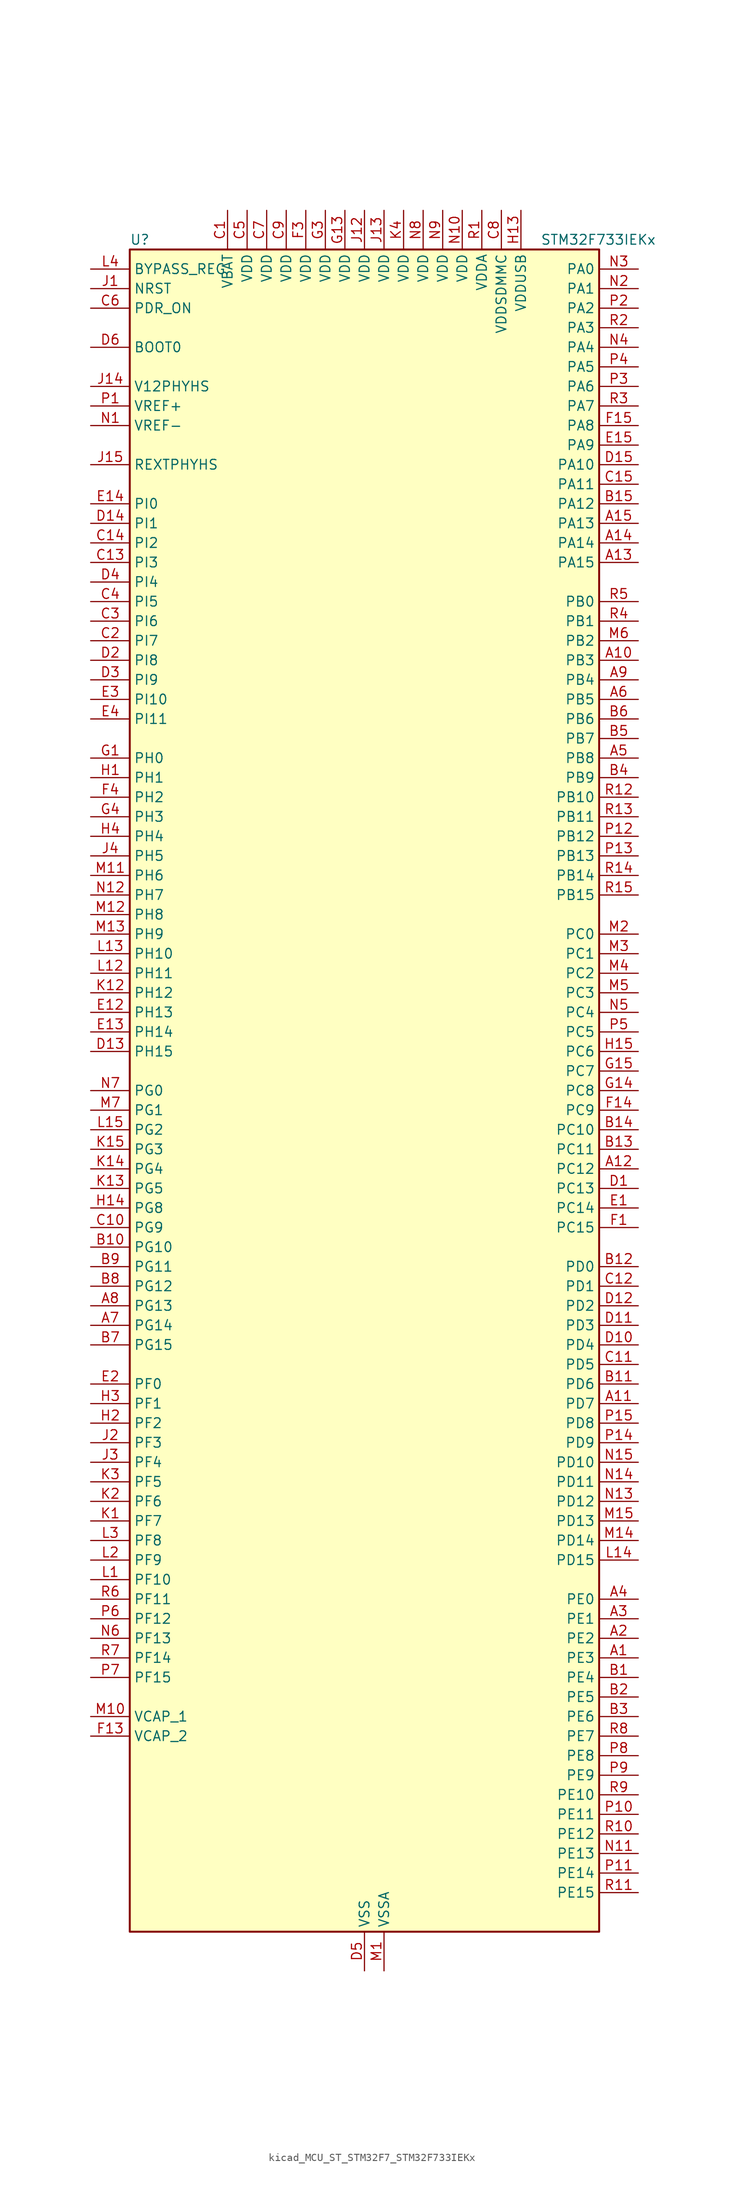
<source format=kicad_sym>
(kicad_symbol_lib
  (version 20220914)
  (generator kicad_symbol_editor)
  (symbol "kicad_MCU_ST_STM32F7_STM32F733IEKx"
    (property "Reference" "U"
      (at -30.48 110.49 0)
      (effects (font (size 1.27 1.27)) (justify left)))
    (property "Value" "STM32F733IEKx"
      (at 22.86 110.49 0)
      (effects (font (size 1.27 1.27)) (justify left)))
    (property "ki_locked" ""
      (at 0 0 0)
      (effects (font (size 1.27 1.27))))
    (symbol "kicad_MCU_ST_STM32F7_STM32F733IEKx_0_1"
      (rectangle (start -30.48 -109.22) (end 30.48 109.22) (stroke (width 0.254) (type default)) (fill (type background))))
    (symbol "kicad_MCU_ST_STM32F7_STM32F733IEKx_1_1"
      (pin bidirectional line (at 35.56 -73.66 180) (length 5.08) (name "PE3" (effects (font (size 1.27 1.27)))) (number "A1" (effects (font (size 1.27 1.27)))) (alternate "FMC_A19" bidirectional line) (alternate "SAI1_SD_B" bidirectional line) (alternate "SYS_TRACED0" bidirectional line))
      (pin bidirectional line (at 35.56 55.88 180) (length 5.08) (name "PB3" (effects (font (size 1.27 1.27)))) (number "A10" (effects (font (size 1.27 1.27)))) (alternate "I2S1_CK" bidirectional line) (alternate "I2S3_CK" bidirectional line) (alternate "SDMMC2_D2" bidirectional line) (alternate "SPI1_SCK" bidirectional line) (alternate "SPI3_SCK" bidirectional line) (alternate "SYS_JTDO-SWO" bidirectional line) (alternate "TIM2_CH2" bidirectional line))
      (pin bidirectional line (at 35.56 -40.64 180) (length 5.08) (name "PD7" (effects (font (size 1.27 1.27)))) (number "A11" (effects (font (size 1.27 1.27)))) (alternate "FMC_NE1" bidirectional line) (alternate "SDMMC2_CMD" bidirectional line) (alternate "USART2_CK" bidirectional line))
      (pin bidirectional line (at 35.56 -10.16 180) (length 5.08) (name "PC12" (effects (font (size 1.27 1.27)))) (number "A12" (effects (font (size 1.27 1.27)))) (alternate "I2S3_SD" bidirectional line) (alternate "SDMMC1_CK" bidirectional line) (alternate "SPI3_MOSI" bidirectional line) (alternate "SYS_TRACED3" bidirectional line) (alternate "UART5_TX" bidirectional line) (alternate "USART3_CK" bidirectional line))
      (pin bidirectional line (at 35.56 68.58 180) (length 5.08) (name "PA15" (effects (font (size 1.27 1.27)))) (number "A13" (effects (font (size 1.27 1.27)))) (alternate "I2S1_WS" bidirectional line) (alternate "I2S3_WS" bidirectional line) (alternate "SPI1_NSS" bidirectional line) (alternate "SPI3_NSS" bidirectional line) (alternate "SYS_JTDI" bidirectional line) (alternate "TIM2_CH1" bidirectional line) (alternate "TIM2_ETR" bidirectional line) (alternate "UART4_DE" bidirectional line) (alternate "UART4_RTS" bidirectional line))
      (pin bidirectional line (at 35.56 71.12 180) (length 5.08) (name "PA14" (effects (font (size 1.27 1.27)))) (number "A14" (effects (font (size 1.27 1.27)))) (alternate "SYS_JTCK-SWCLK" bidirectional line))
      (pin bidirectional line (at 35.56 73.66 180) (length 5.08) (name "PA13" (effects (font (size 1.27 1.27)))) (number "A15" (effects (font (size 1.27 1.27)))) (alternate "SYS_JTMS-SWDIO" bidirectional line))
      (pin bidirectional line (at 35.56 -71.12 180) (length 5.08) (name "PE2" (effects (font (size 1.27 1.27)))) (number "A2" (effects (font (size 1.27 1.27)))) (alternate "FMC_A23" bidirectional line) (alternate "QUADSPI_BK1_IO2" bidirectional line) (alternate "SAI1_MCLK_A" bidirectional line) (alternate "SPI4_SCK" bidirectional line) (alternate "SYS_TRACECLK" bidirectional line))
      (pin bidirectional line (at 35.56 -68.58 180) (length 5.08) (name "PE1" (effects (font (size 1.27 1.27)))) (number "A3" (effects (font (size 1.27 1.27)))) (alternate "FMC_NBL1" bidirectional line) (alternate "LPTIM1_IN2" bidirectional line) (alternate "UART8_TX" bidirectional line))
      (pin bidirectional line (at 35.56 -66.04 180) (length 5.08) (name "PE0" (effects (font (size 1.27 1.27)))) (number "A4" (effects (font (size 1.27 1.27)))) (alternate "FMC_NBL0" bidirectional line) (alternate "LPTIM1_ETR" bidirectional line) (alternate "SAI2_MCLK_A" bidirectional line) (alternate "TIM4_ETR" bidirectional line) (alternate "UART8_RX" bidirectional line))
      (pin bidirectional line (at 35.56 43.18 180) (length 5.08) (name "PB8" (effects (font (size 1.27 1.27)))) (number "A5" (effects (font (size 1.27 1.27)))) (alternate "CAN1_RX" bidirectional line) (alternate "I2C1_SCL" bidirectional line) (alternate "SDMMC1_D4" bidirectional line) (alternate "SDMMC2_D4" bidirectional line) (alternate "TIM10_CH1" bidirectional line) (alternate "TIM4_CH3" bidirectional line))
      (pin bidirectional line (at 35.56 50.8 180) (length 5.08) (name "PB5" (effects (font (size 1.27 1.27)))) (number "A6" (effects (font (size 1.27 1.27)))) (alternate "FMC_SDCKE1" bidirectional line) (alternate "I2C1_SMBA" bidirectional line) (alternate "I2S1_SD" bidirectional line) (alternate "I2S3_SD" bidirectional line) (alternate "SPI1_MOSI" bidirectional line) (alternate "SPI3_MOSI" bidirectional line) (alternate "TIM3_CH2" bidirectional line))
      (pin bidirectional line (at -35.56 -30.48 0) (length 5.08) (name "PG14" (effects (font (size 1.27 1.27)))) (number "A7" (effects (font (size 1.27 1.27)))) (alternate "FMC_A25" bidirectional line) (alternate "LPTIM1_ETR" bidirectional line) (alternate "QUADSPI_BK2_IO3" bidirectional line) (alternate "SYS_TRACED1" bidirectional line) (alternate "USART6_TX" bidirectional line))
      (pin bidirectional line (at -35.56 -27.94 0) (length 5.08) (name "PG13" (effects (font (size 1.27 1.27)))) (number "A8" (effects (font (size 1.27 1.27)))) (alternate "FMC_A24" bidirectional line) (alternate "LPTIM1_OUT" bidirectional line) (alternate "SYS_TRACED0" bidirectional line) (alternate "USART6_CTS" bidirectional line))
      (pin bidirectional line (at 35.56 53.34 180) (length 5.08) (name "PB4" (effects (font (size 1.27 1.27)))) (number "A9" (effects (font (size 1.27 1.27)))) (alternate "I2S2_WS" bidirectional line) (alternate "SDMMC2_D3" bidirectional line) (alternate "SPI1_MISO" bidirectional line) (alternate "SPI2_NSS" bidirectional line) (alternate "SPI3_MISO" bidirectional line) (alternate "SYS_JTRST" bidirectional line) (alternate "TIM3_CH1" bidirectional line))
      (pin bidirectional line (at 35.56 -76.2 180) (length 5.08) (name "PE4" (effects (font (size 1.27 1.27)))) (number "B1" (effects (font (size 1.27 1.27)))) (alternate "FMC_A20" bidirectional line) (alternate "SAI1_FS_A" bidirectional line) (alternate "SPI4_NSS" bidirectional line) (alternate "SYS_TRACED1" bidirectional line))
      (pin bidirectional line (at -35.56 -20.32 0) (length 5.08) (name "PG10" (effects (font (size 1.27 1.27)))) (number "B10" (effects (font (size 1.27 1.27)))) (alternate "FMC_NE3" bidirectional line) (alternate "SAI2_SD_B" bidirectional line) (alternate "SDMMC2_D1" bidirectional line))
      (pin bidirectional line (at 35.56 -38.1 180) (length 5.08) (name "PD6" (effects (font (size 1.27 1.27)))) (number "B11" (effects (font (size 1.27 1.27)))) (alternate "FMC_NWAIT" bidirectional line) (alternate "I2S3_SD" bidirectional line) (alternate "SAI1_SD_A" bidirectional line) (alternate "SDMMC2_CK" bidirectional line) (alternate "SPI3_MOSI" bidirectional line) (alternate "USART2_RX" bidirectional line))
      (pin bidirectional line (at 35.56 -22.86 180) (length 5.08) (name "PD0" (effects (font (size 1.27 1.27)))) (number "B12" (effects (font (size 1.27 1.27)))) (alternate "CAN1_RX" bidirectional line) (alternate "FMC_D2" bidirectional line) (alternate "FMC_DA2" bidirectional line))
      (pin bidirectional line (at 35.56 -7.62 180) (length 5.08) (name "PC11" (effects (font (size 1.27 1.27)))) (number "B13" (effects (font (size 1.27 1.27)))) (alternate "ADC1_EXTI11" bidirectional line) (alternate "ADC2_EXTI11" bidirectional line) (alternate "ADC3_EXTI11" bidirectional line) (alternate "QUADSPI_BK2_NCS" bidirectional line) (alternate "SDMMC1_D3" bidirectional line) (alternate "SPI3_MISO" bidirectional line) (alternate "UART4_RX" bidirectional line) (alternate "USART3_RX" bidirectional line))
      (pin bidirectional line (at 35.56 -5.08 180) (length 5.08) (name "PC10" (effects (font (size 1.27 1.27)))) (number "B14" (effects (font (size 1.27 1.27)))) (alternate "I2S3_CK" bidirectional line) (alternate "QUADSPI_BK1_IO1" bidirectional line) (alternate "SDMMC1_D2" bidirectional line) (alternate "SPI3_SCK" bidirectional line) (alternate "UART4_TX" bidirectional line) (alternate "USART3_TX" bidirectional line))
      (pin bidirectional line (at 35.56 76.2 180) (length 5.08) (name "PA12" (effects (font (size 1.27 1.27)))) (number "B15" (effects (font (size 1.27 1.27)))) (alternate "CAN1_TX" bidirectional line) (alternate "SAI2_FS_B" bidirectional line) (alternate "TIM1_ETR" bidirectional line) (alternate "USART1_DE" bidirectional line) (alternate "USART1_RTS" bidirectional line) (alternate "USB_OTG_FS_DP" bidirectional line))
      (pin bidirectional line (at 35.56 -78.74 180) (length 5.08) (name "PE5" (effects (font (size 1.27 1.27)))) (number "B2" (effects (font (size 1.27 1.27)))) (alternate "FMC_A21" bidirectional line) (alternate "SAI1_SCK_A" bidirectional line) (alternate "SPI4_MISO" bidirectional line) (alternate "SYS_TRACED2" bidirectional line) (alternate "TIM9_CH1" bidirectional line))
      (pin bidirectional line (at 35.56 -81.28 180) (length 5.08) (name "PE6" (effects (font (size 1.27 1.27)))) (number "B3" (effects (font (size 1.27 1.27)))) (alternate "FMC_A22" bidirectional line) (alternate "SAI1_SD_A" bidirectional line) (alternate "SAI2_MCLK_B" bidirectional line) (alternate "SPI4_MOSI" bidirectional line) (alternate "SYS_TRACED3" bidirectional line) (alternate "TIM1_BKIN2" bidirectional line) (alternate "TIM9_CH2" bidirectional line))
      (pin bidirectional line (at 35.56 40.64 180) (length 5.08) (name "PB9" (effects (font (size 1.27 1.27)))) (number "B4" (effects (font (size 1.27 1.27)))) (alternate "CAN1_TX" bidirectional line) (alternate "DAC_EXTI9" bidirectional line) (alternate "I2C1_SDA" bidirectional line) (alternate "I2S2_WS" bidirectional line) (alternate "SDMMC1_D5" bidirectional line) (alternate "SDMMC2_D5" bidirectional line) (alternate "SPI2_NSS" bidirectional line) (alternate "TIM11_CH1" bidirectional line) (alternate "TIM4_CH4" bidirectional line))
      (pin bidirectional line (at 35.56 45.72 180) (length 5.08) (name "PB7" (effects (font (size 1.27 1.27)))) (number "B5" (effects (font (size 1.27 1.27)))) (alternate "FMC_NL" bidirectional line) (alternate "I2C1_SDA" bidirectional line) (alternate "TIM4_CH2" bidirectional line) (alternate "USART1_RX" bidirectional line))
      (pin bidirectional line (at 35.56 48.26 180) (length 5.08) (name "PB6" (effects (font (size 1.27 1.27)))) (number "B6" (effects (font (size 1.27 1.27)))) (alternate "FMC_SDNE1" bidirectional line) (alternate "I2C1_SCL" bidirectional line) (alternate "QUADSPI_BK1_NCS" bidirectional line) (alternate "TIM4_CH1" bidirectional line) (alternate "USART1_TX" bidirectional line))
      (pin bidirectional line (at -35.56 -33.02 0) (length 5.08) (name "PG15" (effects (font (size 1.27 1.27)))) (number "B7" (effects (font (size 1.27 1.27)))) (alternate "FMC_SDNCAS" bidirectional line) (alternate "USART6_CTS" bidirectional line))
      (pin bidirectional line (at -35.56 -25.4 0) (length 5.08) (name "PG12" (effects (font (size 1.27 1.27)))) (number "B8" (effects (font (size 1.27 1.27)))) (alternate "FMC_NE4" bidirectional line) (alternate "LPTIM1_IN1" bidirectional line) (alternate "SDMMC2_D3" bidirectional line) (alternate "USART6_DE" bidirectional line) (alternate "USART6_RTS" bidirectional line))
      (pin bidirectional line (at -35.56 -22.86 0) (length 5.08) (name "PG11" (effects (font (size 1.27 1.27)))) (number "B9" (effects (font (size 1.27 1.27)))) (alternate "ADC1_EXTI11" bidirectional line) (alternate "ADC2_EXTI11" bidirectional line) (alternate "ADC3_EXTI11" bidirectional line) (alternate "FMC_INT" bidirectional line) (alternate "SDMMC2_D2" bidirectional line))
      (pin power_in line (at -17.78 114.3 270) (length 5.08) (name "VBAT" (effects (font (size 1.27 1.27)))) (number "C1" (effects (font (size 1.27 1.27)))))
      (pin bidirectional line (at -35.56 -17.78 0) (length 5.08) (name "PG9" (effects (font (size 1.27 1.27)))) (number "C10" (effects (font (size 1.27 1.27)))) (alternate "DAC_EXTI9" bidirectional line) (alternate "FMC_NCE" bidirectional line) (alternate "FMC_NE2" bidirectional line) (alternate "QUADSPI_BK2_IO2" bidirectional line) (alternate "SAI2_FS_B" bidirectional line) (alternate "SDMMC2_D0" bidirectional line) (alternate "USART6_RX" bidirectional line))
      (pin bidirectional line (at 35.56 -35.56 180) (length 5.08) (name "PD5" (effects (font (size 1.27 1.27)))) (number "C11" (effects (font (size 1.27 1.27)))) (alternate "FMC_NWE" bidirectional line) (alternate "USART2_TX" bidirectional line))
      (pin bidirectional line (at 35.56 -25.4 180) (length 5.08) (name "PD1" (effects (font (size 1.27 1.27)))) (number "C12" (effects (font (size 1.27 1.27)))) (alternate "CAN1_TX" bidirectional line) (alternate "FMC_D3" bidirectional line) (alternate "FMC_DA3" bidirectional line))
      (pin bidirectional line (at -35.56 68.58 0) (length 5.08) (name "PI3" (effects (font (size 1.27 1.27)))) (number "C13" (effects (font (size 1.27 1.27)))) (alternate "FMC_D27" bidirectional line) (alternate "I2S2_SD" bidirectional line) (alternate "SPI2_MOSI" bidirectional line) (alternate "TIM8_ETR" bidirectional line))
      (pin bidirectional line (at -35.56 71.12 0) (length 5.08) (name "PI2" (effects (font (size 1.27 1.27)))) (number "C14" (effects (font (size 1.27 1.27)))) (alternate "FMC_D26" bidirectional line) (alternate "SPI2_MISO" bidirectional line) (alternate "TIM8_CH4" bidirectional line))
      (pin bidirectional line (at 35.56 78.74 180) (length 5.08) (name "PA11" (effects (font (size 1.27 1.27)))) (number "C15" (effects (font (size 1.27 1.27)))) (alternate "ADC1_EXTI11" bidirectional line) (alternate "ADC2_EXTI11" bidirectional line) (alternate "ADC3_EXTI11" bidirectional line) (alternate "CAN1_RX" bidirectional line) (alternate "TIM1_CH4" bidirectional line) (alternate "USART1_CTS" bidirectional line) (alternate "USB_OTG_FS_DM" bidirectional line))
      (pin bidirectional line (at -35.56 58.42 0) (length 5.08) (name "PI7" (effects (font (size 1.27 1.27)))) (number "C2" (effects (font (size 1.27 1.27)))) (alternate "FMC_D29" bidirectional line) (alternate "SAI2_FS_A" bidirectional line) (alternate "TIM8_CH3" bidirectional line))
      (pin bidirectional line (at -35.56 60.96 0) (length 5.08) (name "PI6" (effects (font (size 1.27 1.27)))) (number "C3" (effects (font (size 1.27 1.27)))) (alternate "FMC_D28" bidirectional line) (alternate "SAI2_SD_A" bidirectional line) (alternate "TIM8_CH2" bidirectional line))
      (pin bidirectional line (at -35.56 63.5 0) (length 5.08) (name "PI5" (effects (font (size 1.27 1.27)))) (number "C4" (effects (font (size 1.27 1.27)))) (alternate "FMC_NBL3" bidirectional line) (alternate "SAI2_SCK_A" bidirectional line) (alternate "TIM8_CH1" bidirectional line))
      (pin power_in line (at -15.24 114.3 270) (length 5.08) (name "VDD" (effects (font (size 1.27 1.27)))) (number "C5" (effects (font (size 1.27 1.27)))))
      (pin input line (at -35.56 101.6 0) (length 5.08) (name "PDR_ON" (effects (font (size 1.27 1.27)))) (number "C6" (effects (font (size 1.27 1.27)))))
      (pin power_in line (at -12.7 114.3 270) (length 5.08) (name "VDD" (effects (font (size 1.27 1.27)))) (number "C7" (effects (font (size 1.27 1.27)))))
      (pin power_in line (at 17.78 114.3 270) (length 5.08) (name "VDDSDMMC" (effects (font (size 1.27 1.27)))) (number "C8" (effects (font (size 1.27 1.27)))))
      (pin power_in line (at -10.16 114.3 270) (length 5.08) (name "VDD" (effects (font (size 1.27 1.27)))) (number "C9" (effects (font (size 1.27 1.27)))))
      (pin bidirectional line (at 35.56 -12.7 180) (length 5.08) (name "PC13" (effects (font (size 1.27 1.27)))) (number "D1" (effects (font (size 1.27 1.27)))) (alternate "RTC_OUT" bidirectional line) (alternate "RTC_TAMP1" bidirectional line) (alternate "RTC_TS" bidirectional line) (alternate "SYS_WKUP4" bidirectional line))
      (pin bidirectional line (at 35.56 -33.02 180) (length 5.08) (name "PD4" (effects (font (size 1.27 1.27)))) (number "D10" (effects (font (size 1.27 1.27)))) (alternate "FMC_NOE" bidirectional line) (alternate "USART2_DE" bidirectional line) (alternate "USART2_RTS" bidirectional line))
      (pin bidirectional line (at 35.56 -30.48 180) (length 5.08) (name "PD3" (effects (font (size 1.27 1.27)))) (number "D11" (effects (font (size 1.27 1.27)))) (alternate "FMC_CLK" bidirectional line) (alternate "I2S2_CK" bidirectional line) (alternate "SPI2_SCK" bidirectional line) (alternate "USART2_CTS" bidirectional line))
      (pin bidirectional line (at 35.56 -27.94 180) (length 5.08) (name "PD2" (effects (font (size 1.27 1.27)))) (number "D12" (effects (font (size 1.27 1.27)))) (alternate "SDMMC1_CMD" bidirectional line) (alternate "SYS_TRACED2" bidirectional line) (alternate "TIM3_ETR" bidirectional line) (alternate "UART5_RX" bidirectional line))
      (pin bidirectional line (at -35.56 5.08 0) (length 5.08) (name "PH15" (effects (font (size 1.27 1.27)))) (number "D13" (effects (font (size 1.27 1.27)))) (alternate "FMC_D23" bidirectional line) (alternate "TIM8_CH3N" bidirectional line))
      (pin bidirectional line (at -35.56 73.66 0) (length 5.08) (name "PI1" (effects (font (size 1.27 1.27)))) (number "D14" (effects (font (size 1.27 1.27)))) (alternate "FMC_D25" bidirectional line) (alternate "I2S2_CK" bidirectional line) (alternate "SPI2_SCK" bidirectional line) (alternate "TIM8_BKIN2" bidirectional line))
      (pin bidirectional line (at 35.56 81.28 180) (length 5.08) (name "PA10" (effects (font (size 1.27 1.27)))) (number "D15" (effects (font (size 1.27 1.27)))) (alternate "TIM1_CH3" bidirectional line) (alternate "USART1_RX" bidirectional line) (alternate "USB_OTG_FS_ID" bidirectional line))
      (pin bidirectional line (at -35.56 55.88 0) (length 5.08) (name "PI8" (effects (font (size 1.27 1.27)))) (number "D2" (effects (font (size 1.27 1.27)))) (alternate "RTC_TAMP2" bidirectional line) (alternate "RTC_TS" bidirectional line) (alternate "SYS_WKUP5" bidirectional line))
      (pin bidirectional line (at -35.56 53.34 0) (length 5.08) (name "PI9" (effects (font (size 1.27 1.27)))) (number "D3" (effects (font (size 1.27 1.27)))) (alternate "CAN1_RX" bidirectional line) (alternate "DAC_EXTI9" bidirectional line) (alternate "FMC_D30" bidirectional line) (alternate "UART4_RX" bidirectional line))
      (pin bidirectional line (at -35.56 66.04 0) (length 5.08) (name "PI4" (effects (font (size 1.27 1.27)))) (number "D4" (effects (font (size 1.27 1.27)))) (alternate "FMC_NBL2" bidirectional line) (alternate "SAI2_MCLK_A" bidirectional line) (alternate "TIM8_BKIN" bidirectional line))
      (pin power_in line (at 0 -114.3 90) (length 5.08) (name "VSS" (effects (font (size 1.27 1.27)))) (number "D5" (effects (font (size 1.27 1.27)))))
      (pin input line (at -35.56 96.52 0) (length 5.08) (name "BOOT0" (effects (font (size 1.27 1.27)))) (number "D6" (effects (font (size 1.27 1.27)))))
      (pin passive line (at 0 -114.3 90) (length 5.08) hide (name "VSS" (effects (font (size 1.27 1.27)))) (number "D7" (effects (font (size 1.27 1.27)))))
      (pin passive line (at 0 -114.3 90) (length 5.08) hide (name "VSS" (effects (font (size 1.27 1.27)))) (number "D8" (effects (font (size 1.27 1.27)))))
      (pin passive line (at 0 -114.3 90) (length 5.08) hide (name "VSS" (effects (font (size 1.27 1.27)))) (number "D9" (effects (font (size 1.27 1.27)))))
      (pin bidirectional line (at 35.56 -15.24 180) (length 5.08) (name "PC14" (effects (font (size 1.27 1.27)))) (number "E1" (effects (font (size 1.27 1.27)))) (alternate "RCC_OSC32_IN" bidirectional line))
      (pin bidirectional line (at -35.56 10.16 0) (length 5.08) (name "PH13" (effects (font (size 1.27 1.27)))) (number "E12" (effects (font (size 1.27 1.27)))) (alternate "CAN1_TX" bidirectional line) (alternate "FMC_D21" bidirectional line) (alternate "TIM8_CH1N" bidirectional line) (alternate "UART4_TX" bidirectional line))
      (pin bidirectional line (at -35.56 7.62 0) (length 5.08) (name "PH14" (effects (font (size 1.27 1.27)))) (number "E13" (effects (font (size 1.27 1.27)))) (alternate "CAN1_RX" bidirectional line) (alternate "FMC_D22" bidirectional line) (alternate "TIM8_CH2N" bidirectional line) (alternate "UART4_RX" bidirectional line))
      (pin bidirectional line (at -35.56 76.2 0) (length 5.08) (name "PI0" (effects (font (size 1.27 1.27)))) (number "E14" (effects (font (size 1.27 1.27)))) (alternate "FMC_D24" bidirectional line) (alternate "I2S2_WS" bidirectional line) (alternate "SPI2_NSS" bidirectional line) (alternate "TIM5_CH4" bidirectional line))
      (pin bidirectional line (at 35.56 83.82 180) (length 5.08) (name "PA9" (effects (font (size 1.27 1.27)))) (number "E15" (effects (font (size 1.27 1.27)))) (alternate "DAC_EXTI9" bidirectional line) (alternate "I2C3_SMBA" bidirectional line) (alternate "I2S2_CK" bidirectional line) (alternate "SPI2_SCK" bidirectional line) (alternate "TIM1_CH2" bidirectional line) (alternate "USART1_TX" bidirectional line) (alternate "USB_OTG_FS_VBUS" bidirectional line))
      (pin bidirectional line (at -35.56 -38.1 0) (length 5.08) (name "PF0" (effects (font (size 1.27 1.27)))) (number "E2" (effects (font (size 1.27 1.27)))) (alternate "FMC_A0" bidirectional line) (alternate "I2C2_SDA" bidirectional line))
      (pin bidirectional line (at -35.56 50.8 0) (length 5.08) (name "PI10" (effects (font (size 1.27 1.27)))) (number "E3" (effects (font (size 1.27 1.27)))) (alternate "FMC_D31" bidirectional line))
      (pin bidirectional line (at -35.56 48.26 0) (length 5.08) (name "PI11" (effects (font (size 1.27 1.27)))) (number "E4" (effects (font (size 1.27 1.27)))) (alternate "ADC1_EXTI11" bidirectional line) (alternate "ADC2_EXTI11" bidirectional line) (alternate "ADC3_EXTI11" bidirectional line) (alternate "SYS_WKUP6" bidirectional line))
      (pin bidirectional line (at 35.56 -17.78 180) (length 5.08) (name "PC15" (effects (font (size 1.27 1.27)))) (number "F1" (effects (font (size 1.27 1.27)))) (alternate "RCC_OSC32_OUT" bidirectional line))
      (pin passive line (at 0 -114.3 90) (length 5.08) hide (name "VSS" (effects (font (size 1.27 1.27)))) (number "F10" (effects (font (size 1.27 1.27)))))
      (pin passive line (at 0 -114.3 90) (length 5.08) hide (name "VSS" (effects (font (size 1.27 1.27)))) (number "F12" (effects (font (size 1.27 1.27)))))
      (pin power_out line (at -35.56 -83.82 0) (length 5.08) (name "VCAP_2" (effects (font (size 1.27 1.27)))) (number "F13" (effects (font (size 1.27 1.27)))))
      (pin bidirectional line (at 35.56 -2.54 180) (length 5.08) (name "PC9" (effects (font (size 1.27 1.27)))) (number "F14" (effects (font (size 1.27 1.27)))) (alternate "DAC_EXTI9" bidirectional line) (alternate "I2C3_SDA" bidirectional line) (alternate "I2S_CKIN" bidirectional line) (alternate "QUADSPI_BK1_IO0" bidirectional line) (alternate "RCC_MCO_2" bidirectional line) (alternate "SDMMC1_D1" bidirectional line) (alternate "TIM3_CH4" bidirectional line) (alternate "TIM8_CH4" bidirectional line) (alternate "UART5_CTS" bidirectional line))
      (pin bidirectional line (at 35.56 86.36 180) (length 5.08) (name "PA8" (effects (font (size 1.27 1.27)))) (number "F15" (effects (font (size 1.27 1.27)))) (alternate "I2C3_SCL" bidirectional line) (alternate "RCC_MCO_1" bidirectional line) (alternate "TIM1_CH1" bidirectional line) (alternate "TIM8_BKIN2" bidirectional line) (alternate "USART1_CK" bidirectional line) (alternate "USB_OTG_FS_SOF" bidirectional line))
      (pin passive line (at 0 -114.3 90) (length 5.08) hide (name "VSS" (effects (font (size 1.27 1.27)))) (number "F2" (effects (font (size 1.27 1.27)))))
      (pin power_in line (at -7.62 114.3 270) (length 5.08) (name "VDD" (effects (font (size 1.27 1.27)))) (number "F3" (effects (font (size 1.27 1.27)))))
      (pin bidirectional line (at -35.56 38.1 0) (length 5.08) (name "PH2" (effects (font (size 1.27 1.27)))) (number "F4" (effects (font (size 1.27 1.27)))) (alternate "FMC_SDCKE0" bidirectional line) (alternate "LPTIM1_IN2" bidirectional line) (alternate "QUADSPI_BK2_IO0" bidirectional line) (alternate "SAI2_SCK_B" bidirectional line))
      (pin passive line (at 0 -114.3 90) (length 5.08) hide (name "VSS" (effects (font (size 1.27 1.27)))) (number "F6" (effects (font (size 1.27 1.27)))))
      (pin passive line (at 0 -114.3 90) (length 5.08) hide (name "VSS" (effects (font (size 1.27 1.27)))) (number "F7" (effects (font (size 1.27 1.27)))))
      (pin passive line (at 0 -114.3 90) (length 5.08) hide (name "VSS" (effects (font (size 1.27 1.27)))) (number "F8" (effects (font (size 1.27 1.27)))))
      (pin passive line (at 0 -114.3 90) (length 5.08) hide (name "VSS" (effects (font (size 1.27 1.27)))) (number "F9" (effects (font (size 1.27 1.27)))))
      (pin bidirectional line (at -35.56 43.18 0) (length 5.08) (name "PH0" (effects (font (size 1.27 1.27)))) (number "G1" (effects (font (size 1.27 1.27)))) (alternate "RCC_OSC_IN" bidirectional line))
      (pin passive line (at 0 -114.3 90) (length 5.08) hide (name "VSS" (effects (font (size 1.27 1.27)))) (number "G10" (effects (font (size 1.27 1.27)))))
      (pin passive line (at 0 -114.3 90) (length 5.08) hide (name "VSS" (effects (font (size 1.27 1.27)))) (number "G12" (effects (font (size 1.27 1.27)))))
      (pin power_in line (at -2.54 114.3 270) (length 5.08) (name "VDD" (effects (font (size 1.27 1.27)))) (number "G13" (effects (font (size 1.27 1.27)))))
      (pin bidirectional line (at 35.56 0 180) (length 5.08) (name "PC8" (effects (font (size 1.27 1.27)))) (number "G14" (effects (font (size 1.27 1.27)))) (alternate "SDMMC1_D0" bidirectional line) (alternate "SYS_TRACED1" bidirectional line) (alternate "TIM3_CH3" bidirectional line) (alternate "TIM8_CH3" bidirectional line) (alternate "UART5_DE" bidirectional line) (alternate "UART5_RTS" bidirectional line) (alternate "USART6_CK" bidirectional line))
      (pin bidirectional line (at 35.56 2.54 180) (length 5.08) (name "PC7" (effects (font (size 1.27 1.27)))) (number "G15" (effects (font (size 1.27 1.27)))) (alternate "I2S3_MCK" bidirectional line) (alternate "SDMMC1_D7" bidirectional line) (alternate "SDMMC2_D7" bidirectional line) (alternate "TIM3_CH2" bidirectional line) (alternate "TIM8_CH2" bidirectional line) (alternate "USART6_RX" bidirectional line))
      (pin passive line (at 0 -114.3 90) (length 5.08) hide (name "VSS" (effects (font (size 1.27 1.27)))) (number "G2" (effects (font (size 1.27 1.27)))))
      (pin power_in line (at -5.08 114.3 270) (length 5.08) (name "VDD" (effects (font (size 1.27 1.27)))) (number "G3" (effects (font (size 1.27 1.27)))))
      (pin bidirectional line (at -35.56 35.56 0) (length 5.08) (name "PH3" (effects (font (size 1.27 1.27)))) (number "G4" (effects (font (size 1.27 1.27)))) (alternate "FMC_SDNE0" bidirectional line) (alternate "QUADSPI_BK2_IO1" bidirectional line) (alternate "SAI2_MCLK_B" bidirectional line))
      (pin passive line (at 0 -114.3 90) (length 5.08) hide (name "VSS" (effects (font (size 1.27 1.27)))) (number "G6" (effects (font (size 1.27 1.27)))))
      (pin passive line (at 0 -114.3 90) (length 5.08) hide (name "VSS" (effects (font (size 1.27 1.27)))) (number "G7" (effects (font (size 1.27 1.27)))))
      (pin passive line (at 0 -114.3 90) (length 5.08) hide (name "VSS" (effects (font (size 1.27 1.27)))) (number "G8" (effects (font (size 1.27 1.27)))))
      (pin passive line (at 0 -114.3 90) (length 5.08) hide (name "VSS" (effects (font (size 1.27 1.27)))) (number "G9" (effects (font (size 1.27 1.27)))))
      (pin bidirectional line (at -35.56 40.64 0) (length 5.08) (name "PH1" (effects (font (size 1.27 1.27)))) (number "H1" (effects (font (size 1.27 1.27)))) (alternate "RCC_OSC_OUT" bidirectional line))
      (pin passive line (at 0 -114.3 90) (length 5.08) hide (name "VSS" (effects (font (size 1.27 1.27)))) (number "H10" (effects (font (size 1.27 1.27)))))
      (pin passive line (at 0 -114.3 90) (length 5.08) hide (name "VSS" (effects (font (size 1.27 1.27)))) (number "H12" (effects (font (size 1.27 1.27)))))
      (pin power_in line (at 20.32 114.3 270) (length 5.08) (name "VDDUSB" (effects (font (size 1.27 1.27)))) (number "H13" (effects (font (size 1.27 1.27)))))
      (pin bidirectional line (at -35.56 -15.24 0) (length 5.08) (name "PG8" (effects (font (size 1.27 1.27)))) (number "H14" (effects (font (size 1.27 1.27)))) (alternate "FMC_SDCLK" bidirectional line) (alternate "USART6_DE" bidirectional line) (alternate "USART6_RTS" bidirectional line))
      (pin bidirectional line (at 35.56 5.08 180) (length 5.08) (name "PC6" (effects (font (size 1.27 1.27)))) (number "H15" (effects (font (size 1.27 1.27)))) (alternate "I2S2_MCK" bidirectional line) (alternate "SDMMC1_D6" bidirectional line) (alternate "SDMMC2_D6" bidirectional line) (alternate "TIM3_CH1" bidirectional line) (alternate "TIM8_CH1" bidirectional line) (alternate "USART6_TX" bidirectional line))
      (pin bidirectional line (at -35.56 -43.18 0) (length 5.08) (name "PF2" (effects (font (size 1.27 1.27)))) (number "H2" (effects (font (size 1.27 1.27)))) (alternate "FMC_A2" bidirectional line) (alternate "I2C2_SMBA" bidirectional line))
      (pin bidirectional line (at -35.56 -40.64 0) (length 5.08) (name "PF1" (effects (font (size 1.27 1.27)))) (number "H3" (effects (font (size 1.27 1.27)))) (alternate "FMC_A1" bidirectional line) (alternate "I2C2_SCL" bidirectional line))
      (pin bidirectional line (at -35.56 33.02 0) (length 5.08) (name "PH4" (effects (font (size 1.27 1.27)))) (number "H4" (effects (font (size 1.27 1.27)))) (alternate "I2C2_SCL" bidirectional line))
      (pin passive line (at 0 -114.3 90) (length 5.08) hide (name "VSS" (effects (font (size 1.27 1.27)))) (number "H6" (effects (font (size 1.27 1.27)))))
      (pin passive line (at 0 -114.3 90) (length 5.08) hide (name "VSS" (effects (font (size 1.27 1.27)))) (number "H7" (effects (font (size 1.27 1.27)))))
      (pin passive line (at 0 -114.3 90) (length 5.08) hide (name "VSS" (effects (font (size 1.27 1.27)))) (number "H8" (effects (font (size 1.27 1.27)))))
      (pin passive line (at 0 -114.3 90) (length 5.08) hide (name "VSS" (effects (font (size 1.27 1.27)))) (number "H9" (effects (font (size 1.27 1.27)))))
      (pin input line (at -35.56 104.14 0) (length 5.08) (name "NRST" (effects (font (size 1.27 1.27)))) (number "J1" (effects (font (size 1.27 1.27)))))
      (pin passive line (at 0 -114.3 90) (length 5.08) hide (name "VSS" (effects (font (size 1.27 1.27)))) (number "J10" (effects (font (size 1.27 1.27)))))
      (pin power_in line (at 0 114.3 270) (length 5.08) (name "VDD" (effects (font (size 1.27 1.27)))) (number "J12" (effects (font (size 1.27 1.27)))))
      (pin power_in line (at 2.54 114.3 270) (length 5.08) (name "VDD" (effects (font (size 1.27 1.27)))) (number "J13" (effects (font (size 1.27 1.27)))))
      (pin power_in line (at -35.56 91.44 0) (length 5.08) (name "V12PHYHS" (effects (font (size 1.27 1.27)))) (number "J14" (effects (font (size 1.27 1.27)))))
      (pin bidirectional line (at -35.56 81.28 0) (length 5.08) (name "REXTPHYHS" (effects (font (size 1.27 1.27)))) (number "J15" (effects (font (size 1.27 1.27)))) (alternate "USB_OTG_HS_REXTPHYHS" bidirectional line))
      (pin bidirectional line (at -35.56 -45.72 0) (length 5.08) (name "PF3" (effects (font (size 1.27 1.27)))) (number "J2" (effects (font (size 1.27 1.27)))) (alternate "ADC3_IN9" bidirectional line) (alternate "FMC_A3" bidirectional line))
      (pin bidirectional line (at -35.56 -48.26 0) (length 5.08) (name "PF4" (effects (font (size 1.27 1.27)))) (number "J3" (effects (font (size 1.27 1.27)))) (alternate "ADC3_IN14" bidirectional line) (alternate "FMC_A4" bidirectional line))
      (pin bidirectional line (at -35.56 30.48 0) (length 5.08) (name "PH5" (effects (font (size 1.27 1.27)))) (number "J4" (effects (font (size 1.27 1.27)))) (alternate "FMC_SDNWE" bidirectional line) (alternate "I2C2_SDA" bidirectional line) (alternate "SPI5_NSS" bidirectional line))
      (pin passive line (at 0 -114.3 90) (length 5.08) hide (name "VSS" (effects (font (size 1.27 1.27)))) (number "J6" (effects (font (size 1.27 1.27)))))
      (pin passive line (at 0 -114.3 90) (length 5.08) hide (name "VSS" (effects (font (size 1.27 1.27)))) (number "J7" (effects (font (size 1.27 1.27)))))
      (pin passive line (at 0 -114.3 90) (length 5.08) hide (name "VSS" (effects (font (size 1.27 1.27)))) (number "J8" (effects (font (size 1.27 1.27)))))
      (pin passive line (at 0 -114.3 90) (length 5.08) hide (name "VSS" (effects (font (size 1.27 1.27)))) (number "J9" (effects (font (size 1.27 1.27)))))
      (pin bidirectional line (at -35.56 -55.88 0) (length 5.08) (name "PF7" (effects (font (size 1.27 1.27)))) (number "K1" (effects (font (size 1.27 1.27)))) (alternate "ADC3_IN5" bidirectional line) (alternate "QUADSPI_BK1_IO2" bidirectional line) (alternate "SAI1_MCLK_B" bidirectional line) (alternate "SPI5_SCK" bidirectional line) (alternate "TIM11_CH1" bidirectional line) (alternate "UART7_TX" bidirectional line))
      (pin passive line (at 0 -114.3 90) (length 5.08) hide (name "VSS" (effects (font (size 1.27 1.27)))) (number "K10" (effects (font (size 1.27 1.27)))))
      (pin bidirectional line (at -35.56 12.7 0) (length 5.08) (name "PH12" (effects (font (size 1.27 1.27)))) (number "K12" (effects (font (size 1.27 1.27)))) (alternate "FMC_D20" bidirectional line) (alternate "TIM5_CH3" bidirectional line))
      (pin bidirectional line (at -35.56 -12.7 0) (length 5.08) (name "PG5" (effects (font (size 1.27 1.27)))) (number "K13" (effects (font (size 1.27 1.27)))) (alternate "FMC_A15" bidirectional line) (alternate "FMC_BA1" bidirectional line))
      (pin bidirectional line (at -35.56 -10.16 0) (length 5.08) (name "PG4" (effects (font (size 1.27 1.27)))) (number "K14" (effects (font (size 1.27 1.27)))) (alternate "FMC_A14" bidirectional line) (alternate "FMC_BA0" bidirectional line))
      (pin bidirectional line (at -35.56 -7.62 0) (length 5.08) (name "PG3" (effects (font (size 1.27 1.27)))) (number "K15" (effects (font (size 1.27 1.27)))) (alternate "FMC_A13" bidirectional line))
      (pin bidirectional line (at -35.56 -53.34 0) (length 5.08) (name "PF6" (effects (font (size 1.27 1.27)))) (number "K2" (effects (font (size 1.27 1.27)))) (alternate "ADC3_IN4" bidirectional line) (alternate "QUADSPI_BK1_IO3" bidirectional line) (alternate "SAI1_SD_B" bidirectional line) (alternate "SPI5_NSS" bidirectional line) (alternate "TIM10_CH1" bidirectional line) (alternate "UART7_RX" bidirectional line))
      (pin bidirectional line (at -35.56 -50.8 0) (length 5.08) (name "PF5" (effects (font (size 1.27 1.27)))) (number "K3" (effects (font (size 1.27 1.27)))) (alternate "ADC3_IN15" bidirectional line) (alternate "FMC_A5" bidirectional line))
      (pin power_in line (at 5.08 114.3 270) (length 5.08) (name "VDD" (effects (font (size 1.27 1.27)))) (number "K4" (effects (font (size 1.27 1.27)))))
      (pin passive line (at 0 -114.3 90) (length 5.08) hide (name "VSS" (effects (font (size 1.27 1.27)))) (number "K6" (effects (font (size 1.27 1.27)))))
      (pin passive line (at 0 -114.3 90) (length 5.08) hide (name "VSS" (effects (font (size 1.27 1.27)))) (number "K7" (effects (font (size 1.27 1.27)))))
      (pin passive line (at 0 -114.3 90) (length 5.08) hide (name "VSS" (effects (font (size 1.27 1.27)))) (number "K8" (effects (font (size 1.27 1.27)))))
      (pin passive line (at 0 -114.3 90) (length 5.08) hide (name "VSS" (effects (font (size 1.27 1.27)))) (number "K9" (effects (font (size 1.27 1.27)))))
      (pin bidirectional line (at -35.56 -63.5 0) (length 5.08) (name "PF10" (effects (font (size 1.27 1.27)))) (number "L1" (effects (font (size 1.27 1.27)))) (alternate "ADC3_IN8" bidirectional line))
      (pin bidirectional line (at -35.56 15.24 0) (length 5.08) (name "PH11" (effects (font (size 1.27 1.27)))) (number "L12" (effects (font (size 1.27 1.27)))) (alternate "ADC1_EXTI11" bidirectional line) (alternate "ADC2_EXTI11" bidirectional line) (alternate "ADC3_EXTI11" bidirectional line) (alternate "FMC_D19" bidirectional line) (alternate "TIM5_CH2" bidirectional line))
      (pin bidirectional line (at -35.56 17.78 0) (length 5.08) (name "PH10" (effects (font (size 1.27 1.27)))) (number "L13" (effects (font (size 1.27 1.27)))) (alternate "FMC_D18" bidirectional line) (alternate "TIM5_CH1" bidirectional line))
      (pin bidirectional line (at 35.56 -60.96 180) (length 5.08) (name "PD15" (effects (font (size 1.27 1.27)))) (number "L14" (effects (font (size 1.27 1.27)))) (alternate "FMC_D1" bidirectional line) (alternate "FMC_DA1" bidirectional line) (alternate "TIM4_CH4" bidirectional line) (alternate "UART8_DE" bidirectional line) (alternate "UART8_RTS" bidirectional line))
      (pin bidirectional line (at -35.56 -5.08 0) (length 5.08) (name "PG2" (effects (font (size 1.27 1.27)))) (number "L15" (effects (font (size 1.27 1.27)))) (alternate "FMC_A12" bidirectional line))
      (pin bidirectional line (at -35.56 -60.96 0) (length 5.08) (name "PF9" (effects (font (size 1.27 1.27)))) (number "L2" (effects (font (size 1.27 1.27)))) (alternate "ADC3_IN7" bidirectional line) (alternate "DAC_EXTI9" bidirectional line) (alternate "QUADSPI_BK1_IO1" bidirectional line) (alternate "SAI1_FS_B" bidirectional line) (alternate "SPI5_MOSI" bidirectional line) (alternate "TIM14_CH1" bidirectional line) (alternate "UART7_CTS" bidirectional line))
      (pin bidirectional line (at -35.56 -58.42 0) (length 5.08) (name "PF8" (effects (font (size 1.27 1.27)))) (number "L3" (effects (font (size 1.27 1.27)))) (alternate "ADC3_IN6" bidirectional line) (alternate "QUADSPI_BK1_IO0" bidirectional line) (alternate "SAI1_SCK_B" bidirectional line) (alternate "SPI5_MISO" bidirectional line) (alternate "TIM13_CH1" bidirectional line) (alternate "UART7_DE" bidirectional line) (alternate "UART7_RTS" bidirectional line))
      (pin input line (at -35.56 106.68 0) (length 5.08) (name "BYPASS_REG" (effects (font (size 1.27 1.27)))) (number "L4" (effects (font (size 1.27 1.27)))))
      (pin power_in line (at 2.54 -114.3 90) (length 5.08) (name "VSSA" (effects (font (size 1.27 1.27)))) (number "M1" (effects (font (size 1.27 1.27)))))
      (pin power_out line (at -35.56 -81.28 0) (length 5.08) (name "VCAP_1" (effects (font (size 1.27 1.27)))) (number "M10" (effects (font (size 1.27 1.27)))))
      (pin bidirectional line (at -35.56 27.94 0) (length 5.08) (name "PH6" (effects (font (size 1.27 1.27)))) (number "M11" (effects (font (size 1.27 1.27)))) (alternate "FMC_SDNE1" bidirectional line) (alternate "I2C2_SMBA" bidirectional line) (alternate "SPI5_SCK" bidirectional line) (alternate "TIM12_CH1" bidirectional line))
      (pin bidirectional line (at -35.56 22.86 0) (length 5.08) (name "PH8" (effects (font (size 1.27 1.27)))) (number "M12" (effects (font (size 1.27 1.27)))) (alternate "FMC_D16" bidirectional line) (alternate "I2C3_SDA" bidirectional line))
      (pin bidirectional line (at -35.56 20.32 0) (length 5.08) (name "PH9" (effects (font (size 1.27 1.27)))) (number "M13" (effects (font (size 1.27 1.27)))) (alternate "DAC_EXTI9" bidirectional line) (alternate "FMC_D17" bidirectional line) (alternate "I2C3_SMBA" bidirectional line) (alternate "TIM12_CH2" bidirectional line))
      (pin bidirectional line (at 35.56 -58.42 180) (length 5.08) (name "PD14" (effects (font (size 1.27 1.27)))) (number "M14" (effects (font (size 1.27 1.27)))) (alternate "FMC_D0" bidirectional line) (alternate "FMC_DA0" bidirectional line) (alternate "TIM4_CH3" bidirectional line) (alternate "UART8_CTS" bidirectional line))
      (pin bidirectional line (at 35.56 -55.88 180) (length 5.08) (name "PD13" (effects (font (size 1.27 1.27)))) (number "M15" (effects (font (size 1.27 1.27)))) (alternate "FMC_A18" bidirectional line) (alternate "LPTIM1_OUT" bidirectional line) (alternate "QUADSPI_BK1_IO3" bidirectional line) (alternate "SAI2_SCK_A" bidirectional line) (alternate "TIM4_CH2" bidirectional line))
      (pin bidirectional line (at 35.56 20.32 180) (length 5.08) (name "PC0" (effects (font (size 1.27 1.27)))) (number "M2" (effects (font (size 1.27 1.27)))) (alternate "ADC1_IN10" bidirectional line) (alternate "ADC2_IN10" bidirectional line) (alternate "ADC3_IN10" bidirectional line) (alternate "FMC_SDNWE" bidirectional line) (alternate "SAI2_FS_B" bidirectional line))
      (pin bidirectional line (at 35.56 17.78 180) (length 5.08) (name "PC1" (effects (font (size 1.27 1.27)))) (number "M3" (effects (font (size 1.27 1.27)))) (alternate "ADC1_IN11" bidirectional line) (alternate "ADC2_IN11" bidirectional line) (alternate "ADC3_IN11" bidirectional line) (alternate "I2S2_SD" bidirectional line) (alternate "RTC_TAMP3" bidirectional line) (alternate "RTC_TS" bidirectional line) (alternate "SAI1_SD_A" bidirectional line) (alternate "SPI2_MOSI" bidirectional line) (alternate "SYS_TRACED0" bidirectional line) (alternate "SYS_WKUP3" bidirectional line))
      (pin bidirectional line (at 35.56 15.24 180) (length 5.08) (name "PC2" (effects (font (size 1.27 1.27)))) (number "M4" (effects (font (size 1.27 1.27)))) (alternate "ADC1_IN12" bidirectional line) (alternate "ADC2_IN12" bidirectional line) (alternate "ADC3_IN12" bidirectional line) (alternate "FMC_SDNE0" bidirectional line) (alternate "SPI2_MISO" bidirectional line))
      (pin bidirectional line (at 35.56 12.7 180) (length 5.08) (name "PC3" (effects (font (size 1.27 1.27)))) (number "M5" (effects (font (size 1.27 1.27)))) (alternate "ADC1_IN13" bidirectional line) (alternate "ADC2_IN13" bidirectional line) (alternate "ADC3_IN13" bidirectional line) (alternate "FMC_SDCKE0" bidirectional line) (alternate "I2S2_SD" bidirectional line) (alternate "SPI2_MOSI" bidirectional line))
      (pin bidirectional line (at 35.56 58.42 180) (length 5.08) (name "PB2" (effects (font (size 1.27 1.27)))) (number "M6" (effects (font (size 1.27 1.27)))) (alternate "I2S3_SD" bidirectional line) (alternate "QUADSPI_CLK" bidirectional line) (alternate "SAI1_SD_A" bidirectional line) (alternate "SPI3_MOSI" bidirectional line))
      (pin bidirectional line (at -35.56 -2.54 0) (length 5.08) (name "PG1" (effects (font (size 1.27 1.27)))) (number "M7" (effects (font (size 1.27 1.27)))) (alternate "FMC_A11" bidirectional line))
      (pin passive line (at 0 -114.3 90) (length 5.08) hide (name "VSS" (effects (font (size 1.27 1.27)))) (number "M8" (effects (font (size 1.27 1.27)))))
      (pin passive line (at 0 -114.3 90) (length 5.08) hide (name "VSS" (effects (font (size 1.27 1.27)))) (number "M9" (effects (font (size 1.27 1.27)))))
      (pin input line (at -35.56 86.36 0) (length 5.08) (name "VREF-" (effects (font (size 1.27 1.27)))) (number "N1" (effects (font (size 1.27 1.27)))))
      (pin power_in line (at 12.7 114.3 270) (length 5.08) (name "VDD" (effects (font (size 1.27 1.27)))) (number "N10" (effects (font (size 1.27 1.27)))))
      (pin bidirectional line (at 35.56 -99.06 180) (length 5.08) (name "PE13" (effects (font (size 1.27 1.27)))) (number "N11" (effects (font (size 1.27 1.27)))) (alternate "FMC_D10" bidirectional line) (alternate "FMC_DA10" bidirectional line) (alternate "SAI2_FS_B" bidirectional line) (alternate "SPI4_MISO" bidirectional line) (alternate "TIM1_CH3" bidirectional line))
      (pin bidirectional line (at -35.56 25.4 0) (length 5.08) (name "PH7" (effects (font (size 1.27 1.27)))) (number "N12" (effects (font (size 1.27 1.27)))) (alternate "FMC_SDCKE1" bidirectional line) (alternate "I2C3_SCL" bidirectional line) (alternate "SPI5_MISO" bidirectional line))
      (pin bidirectional line (at 35.56 -53.34 180) (length 5.08) (name "PD12" (effects (font (size 1.27 1.27)))) (number "N13" (effects (font (size 1.27 1.27)))) (alternate "FMC_A17" bidirectional line) (alternate "FMC_ALE" bidirectional line) (alternate "LPTIM1_IN1" bidirectional line) (alternate "QUADSPI_BK1_IO1" bidirectional line) (alternate "SAI2_FS_A" bidirectional line) (alternate "TIM4_CH1" bidirectional line) (alternate "USART3_DE" bidirectional line) (alternate "USART3_RTS" bidirectional line))
      (pin bidirectional line (at 35.56 -50.8 180) (length 5.08) (name "PD11" (effects (font (size 1.27 1.27)))) (number "N14" (effects (font (size 1.27 1.27)))) (alternate "ADC1_EXTI11" bidirectional line) (alternate "ADC2_EXTI11" bidirectional line) (alternate "ADC3_EXTI11" bidirectional line) (alternate "FMC_A16" bidirectional line) (alternate "FMC_CLE" bidirectional line) (alternate "QUADSPI_BK1_IO0" bidirectional line) (alternate "SAI2_SD_A" bidirectional line) (alternate "USART3_CTS" bidirectional line))
      (pin bidirectional line (at 35.56 -48.26 180) (length 5.08) (name "PD10" (effects (font (size 1.27 1.27)))) (number "N15" (effects (font (size 1.27 1.27)))) (alternate "FMC_D15" bidirectional line) (alternate "FMC_DA15" bidirectional line) (alternate "USART3_CK" bidirectional line))
      (pin bidirectional line (at 35.56 104.14 180) (length 5.08) (name "PA1" (effects (font (size 1.27 1.27)))) (number "N2" (effects (font (size 1.27 1.27)))) (alternate "ADC1_IN1" bidirectional line) (alternate "ADC2_IN1" bidirectional line) (alternate "ADC3_IN1" bidirectional line) (alternate "QUADSPI_BK1_IO3" bidirectional line) (alternate "SAI2_MCLK_B" bidirectional line) (alternate "TIM2_CH2" bidirectional line) (alternate "TIM5_CH2" bidirectional line) (alternate "UART4_RX" bidirectional line) (alternate "USART2_DE" bidirectional line) (alternate "USART2_RTS" bidirectional line))
      (pin bidirectional line (at 35.56 106.68 180) (length 5.08) (name "PA0" (effects (font (size 1.27 1.27)))) (number "N3" (effects (font (size 1.27 1.27)))) (alternate "ADC1_IN0" bidirectional line) (alternate "ADC2_IN0" bidirectional line) (alternate "ADC3_IN0" bidirectional line) (alternate "SAI2_SD_B" bidirectional line) (alternate "SYS_WKUP1" bidirectional line) (alternate "TIM2_CH1" bidirectional line) (alternate "TIM2_ETR" bidirectional line) (alternate "TIM5_CH1" bidirectional line) (alternate "TIM8_ETR" bidirectional line) (alternate "UART4_TX" bidirectional line) (alternate "USART2_CTS" bidirectional line))
      (pin bidirectional line (at 35.56 96.52 180) (length 5.08) (name "PA4" (effects (font (size 1.27 1.27)))) (number "N4" (effects (font (size 1.27 1.27)))) (alternate "ADC1_IN4" bidirectional line) (alternate "ADC2_IN4" bidirectional line) (alternate "DAC_OUT1" bidirectional line) (alternate "I2S1_WS" bidirectional line) (alternate "I2S3_WS" bidirectional line) (alternate "SPI1_NSS" bidirectional line) (alternate "SPI3_NSS" bidirectional line) (alternate "USART2_CK" bidirectional line) (alternate "USB_OTG_HS_SOF" bidirectional line))
      (pin bidirectional line (at 35.56 10.16 180) (length 5.08) (name "PC4" (effects (font (size 1.27 1.27)))) (number "N5" (effects (font (size 1.27 1.27)))) (alternate "ADC1_IN14" bidirectional line) (alternate "ADC2_IN14" bidirectional line) (alternate "FMC_SDNE0" bidirectional line) (alternate "I2S1_MCK" bidirectional line))
      (pin bidirectional line (at -35.56 -71.12 0) (length 5.08) (name "PF13" (effects (font (size 1.27 1.27)))) (number "N6" (effects (font (size 1.27 1.27)))) (alternate "FMC_A7" bidirectional line))
      (pin bidirectional line (at -35.56 0 0) (length 5.08) (name "PG0" (effects (font (size 1.27 1.27)))) (number "N7" (effects (font (size 1.27 1.27)))) (alternate "FMC_A10" bidirectional line))
      (pin power_in line (at 7.62 114.3 270) (length 5.08) (name "VDD" (effects (font (size 1.27 1.27)))) (number "N8" (effects (font (size 1.27 1.27)))))
      (pin power_in line (at 10.16 114.3 270) (length 5.08) (name "VDD" (effects (font (size 1.27 1.27)))) (number "N9" (effects (font (size 1.27 1.27)))))
      (pin input line (at -35.56 88.9 0) (length 5.08) (name "VREF+" (effects (font (size 1.27 1.27)))) (number "P1" (effects (font (size 1.27 1.27)))))
      (pin bidirectional line (at 35.56 -93.98 180) (length 5.08) (name "PE11" (effects (font (size 1.27 1.27)))) (number "P10" (effects (font (size 1.27 1.27)))) (alternate "ADC1_EXTI11" bidirectional line) (alternate "ADC2_EXTI11" bidirectional line) (alternate "ADC3_EXTI11" bidirectional line) (alternate "FMC_D8" bidirectional line) (alternate "FMC_DA8" bidirectional line) (alternate "SAI2_SD_B" bidirectional line) (alternate "SPI4_NSS" bidirectional line) (alternate "TIM1_CH2" bidirectional line))
      (pin bidirectional line (at 35.56 -101.6 180) (length 5.08) (name "PE14" (effects (font (size 1.27 1.27)))) (number "P11" (effects (font (size 1.27 1.27)))) (alternate "FMC_D11" bidirectional line) (alternate "FMC_DA11" bidirectional line) (alternate "SAI2_MCLK_B" bidirectional line) (alternate "SPI4_MOSI" bidirectional line) (alternate "TIM1_CH4" bidirectional line))
      (pin bidirectional line (at 35.56 33.02 180) (length 5.08) (name "PB12" (effects (font (size 1.27 1.27)))) (number "P12" (effects (font (size 1.27 1.27)))) (alternate "I2C2_SMBA" bidirectional line) (alternate "I2S2_WS" bidirectional line) (alternate "SPI2_NSS" bidirectional line) (alternate "TIM1_BKIN" bidirectional line) (alternate "USART3_CK" bidirectional line) (alternate "USB_OTG_HS_ID" bidirectional line))
      (pin bidirectional line (at 35.56 30.48 180) (length 5.08) (name "PB13" (effects (font (size 1.27 1.27)))) (number "P13" (effects (font (size 1.27 1.27)))) (alternate "I2S2_CK" bidirectional line) (alternate "SPI2_SCK" bidirectional line) (alternate "TIM1_CH1N" bidirectional line) (alternate "USART3_CTS" bidirectional line) (alternate "USB_OTG_HS_VBUS" bidirectional line))
      (pin bidirectional line (at 35.56 -45.72 180) (length 5.08) (name "PD9" (effects (font (size 1.27 1.27)))) (number "P14" (effects (font (size 1.27 1.27)))) (alternate "DAC_EXTI9" bidirectional line) (alternate "FMC_D14" bidirectional line) (alternate "FMC_DA14" bidirectional line) (alternate "USART3_RX" bidirectional line))
      (pin bidirectional line (at 35.56 -43.18 180) (length 5.08) (name "PD8" (effects (font (size 1.27 1.27)))) (number "P15" (effects (font (size 1.27 1.27)))) (alternate "FMC_D13" bidirectional line) (alternate "FMC_DA13" bidirectional line) (alternate "USART3_TX" bidirectional line))
      (pin bidirectional line (at 35.56 101.6 180) (length 5.08) (name "PA2" (effects (font (size 1.27 1.27)))) (number "P2" (effects (font (size 1.27 1.27)))) (alternate "ADC1_IN2" bidirectional line) (alternate "ADC2_IN2" bidirectional line) (alternate "ADC3_IN2" bidirectional line) (alternate "SAI2_SCK_B" bidirectional line) (alternate "SYS_WKUP2" bidirectional line) (alternate "TIM2_CH3" bidirectional line) (alternate "TIM5_CH3" bidirectional line) (alternate "TIM9_CH1" bidirectional line) (alternate "USART2_TX" bidirectional line))
      (pin bidirectional line (at 35.56 91.44 180) (length 5.08) (name "PA6" (effects (font (size 1.27 1.27)))) (number "P3" (effects (font (size 1.27 1.27)))) (alternate "ADC1_IN6" bidirectional line) (alternate "ADC2_IN6" bidirectional line) (alternate "SPI1_MISO" bidirectional line) (alternate "TIM13_CH1" bidirectional line) (alternate "TIM1_BKIN" bidirectional line) (alternate "TIM3_CH1" bidirectional line) (alternate "TIM8_BKIN" bidirectional line))
      (pin bidirectional line (at 35.56 93.98 180) (length 5.08) (name "PA5" (effects (font (size 1.27 1.27)))) (number "P4" (effects (font (size 1.27 1.27)))) (alternate "ADC1_IN5" bidirectional line) (alternate "ADC2_IN5" bidirectional line) (alternate "DAC_OUT2" bidirectional line) (alternate "I2S1_CK" bidirectional line) (alternate "SPI1_SCK" bidirectional line) (alternate "TIM2_CH1" bidirectional line) (alternate "TIM2_ETR" bidirectional line) (alternate "TIM8_CH1N" bidirectional line))
      (pin bidirectional line (at 35.56 7.62 180) (length 5.08) (name "PC5" (effects (font (size 1.27 1.27)))) (number "P5" (effects (font (size 1.27 1.27)))) (alternate "ADC1_IN15" bidirectional line) (alternate "ADC2_IN15" bidirectional line) (alternate "FMC_SDCKE0" bidirectional line))
      (pin bidirectional line (at -35.56 -68.58 0) (length 5.08) (name "PF12" (effects (font (size 1.27 1.27)))) (number "P6" (effects (font (size 1.27 1.27)))) (alternate "FMC_A6" bidirectional line))
      (pin bidirectional line (at -35.56 -76.2 0) (length 5.08) (name "PF15" (effects (font (size 1.27 1.27)))) (number "P7" (effects (font (size 1.27 1.27)))) (alternate "FMC_A9" bidirectional line))
      (pin bidirectional line (at 35.56 -86.36 180) (length 5.08) (name "PE8" (effects (font (size 1.27 1.27)))) (number "P8" (effects (font (size 1.27 1.27)))) (alternate "FMC_D5" bidirectional line) (alternate "FMC_DA5" bidirectional line) (alternate "QUADSPI_BK2_IO1" bidirectional line) (alternate "TIM1_CH1N" bidirectional line) (alternate "UART7_TX" bidirectional line))
      (pin bidirectional line (at 35.56 -88.9 180) (length 5.08) (name "PE9" (effects (font (size 1.27 1.27)))) (number "P9" (effects (font (size 1.27 1.27)))) (alternate "DAC_EXTI9" bidirectional line) (alternate "FMC_D6" bidirectional line) (alternate "FMC_DA6" bidirectional line) (alternate "QUADSPI_BK2_IO2" bidirectional line) (alternate "TIM1_CH1" bidirectional line) (alternate "UART7_DE" bidirectional line) (alternate "UART7_RTS" bidirectional line))
      (pin power_in line (at 15.24 114.3 270) (length 5.08) (name "VDDA" (effects (font (size 1.27 1.27)))) (number "R1" (effects (font (size 1.27 1.27)))))
      (pin bidirectional line (at 35.56 -96.52 180) (length 5.08) (name "PE12" (effects (font (size 1.27 1.27)))) (number "R10" (effects (font (size 1.27 1.27)))) (alternate "FMC_D9" bidirectional line) (alternate "FMC_DA9" bidirectional line) (alternate "SAI2_SCK_B" bidirectional line) (alternate "SPI4_SCK" bidirectional line) (alternate "TIM1_CH3N" bidirectional line))
      (pin bidirectional line (at 35.56 -104.14 180) (length 5.08) (name "PE15" (effects (font (size 1.27 1.27)))) (number "R11" (effects (font (size 1.27 1.27)))) (alternate "FMC_D12" bidirectional line) (alternate "FMC_DA12" bidirectional line) (alternate "TIM1_BKIN" bidirectional line))
      (pin bidirectional line (at 35.56 38.1 180) (length 5.08) (name "PB10" (effects (font (size 1.27 1.27)))) (number "R12" (effects (font (size 1.27 1.27)))) (alternate "I2C2_SCL" bidirectional line) (alternate "I2S2_CK" bidirectional line) (alternate "SPI2_SCK" bidirectional line) (alternate "TIM2_CH3" bidirectional line) (alternate "USART3_TX" bidirectional line))
      (pin bidirectional line (at 35.56 35.56 180) (length 5.08) (name "PB11" (effects (font (size 1.27 1.27)))) (number "R13" (effects (font (size 1.27 1.27)))) (alternate "ADC1_EXTI11" bidirectional line) (alternate "ADC2_EXTI11" bidirectional line) (alternate "ADC3_EXTI11" bidirectional line) (alternate "I2C2_SDA" bidirectional line) (alternate "TIM2_CH4" bidirectional line) (alternate "USART3_RX" bidirectional line))
      (pin bidirectional line (at 35.56 27.94 180) (length 5.08) (name "PB14" (effects (font (size 1.27 1.27)))) (number "R14" (effects (font (size 1.27 1.27)))) (alternate "USB_OTG_HS_DM" bidirectional line))
      (pin bidirectional line (at 35.56 25.4 180) (length 5.08) (name "PB15" (effects (font (size 1.27 1.27)))) (number "R15" (effects (font (size 1.27 1.27)))) (alternate "USB_OTG_HS_DP" bidirectional line))
      (pin bidirectional line (at 35.56 99.06 180) (length 5.08) (name "PA3" (effects (font (size 1.27 1.27)))) (number "R2" (effects (font (size 1.27 1.27)))) (alternate "ADC1_IN3" bidirectional line) (alternate "ADC2_IN3" bidirectional line) (alternate "ADC3_IN3" bidirectional line) (alternate "TIM2_CH4" bidirectional line) (alternate "TIM5_CH4" bidirectional line) (alternate "TIM9_CH2" bidirectional line) (alternate "USART2_RX" bidirectional line))
      (pin bidirectional line (at 35.56 88.9 180) (length 5.08) (name "PA7" (effects (font (size 1.27 1.27)))) (number "R3" (effects (font (size 1.27 1.27)))) (alternate "ADC1_IN7" bidirectional line) (alternate "ADC2_IN7" bidirectional line) (alternate "FMC_SDNWE" bidirectional line) (alternate "I2S1_SD" bidirectional line) (alternate "SPI1_MOSI" bidirectional line) (alternate "TIM14_CH1" bidirectional line) (alternate "TIM1_CH1N" bidirectional line) (alternate "TIM3_CH2" bidirectional line) (alternate "TIM8_CH1N" bidirectional line))
      (pin bidirectional line (at 35.56 60.96 180) (length 5.08) (name "PB1" (effects (font (size 1.27 1.27)))) (number "R4" (effects (font (size 1.27 1.27)))) (alternate "ADC1_IN9" bidirectional line) (alternate "ADC2_IN9" bidirectional line) (alternate "TIM1_CH3N" bidirectional line) (alternate "TIM3_CH4" bidirectional line) (alternate "TIM8_CH3N" bidirectional line))
      (pin bidirectional line (at 35.56 63.5 180) (length 5.08) (name "PB0" (effects (font (size 1.27 1.27)))) (number "R5" (effects (font (size 1.27 1.27)))) (alternate "ADC1_IN8" bidirectional line) (alternate "ADC2_IN8" bidirectional line) (alternate "TIM1_CH2N" bidirectional line) (alternate "TIM3_CH3" bidirectional line) (alternate "TIM8_CH2N" bidirectional line) (alternate "UART4_CTS" bidirectional line))
      (pin bidirectional line (at -35.56 -66.04 0) (length 5.08) (name "PF11" (effects (font (size 1.27 1.27)))) (number "R6" (effects (font (size 1.27 1.27)))) (alternate "ADC1_EXTI11" bidirectional line) (alternate "ADC2_EXTI11" bidirectional line) (alternate "ADC3_EXTI11" bidirectional line) (alternate "FMC_SDNRAS" bidirectional line) (alternate "SAI2_SD_B" bidirectional line) (alternate "SPI5_MOSI" bidirectional line))
      (pin bidirectional line (at -35.56 -73.66 0) (length 5.08) (name "PF14" (effects (font (size 1.27 1.27)))) (number "R7" (effects (font (size 1.27 1.27)))) (alternate "FMC_A8" bidirectional line))
      (pin bidirectional line (at 35.56 -83.82 180) (length 5.08) (name "PE7" (effects (font (size 1.27 1.27)))) (number "R8" (effects (font (size 1.27 1.27)))) (alternate "FMC_D4" bidirectional line) (alternate "FMC_DA4" bidirectional line) (alternate "QUADSPI_BK2_IO0" bidirectional line) (alternate "TIM1_ETR" bidirectional line) (alternate "UART7_RX" bidirectional line))
      (pin bidirectional line (at 35.56 -91.44 180) (length 5.08) (name "PE10" (effects (font (size 1.27 1.27)))) (number "R9" (effects (font (size 1.27 1.27)))) (alternate "FMC_D7" bidirectional line) (alternate "FMC_DA7" bidirectional line) (alternate "QUADSPI_BK2_IO3" bidirectional line) (alternate "TIM1_CH2N" bidirectional line) (alternate "UART7_CTS" bidirectional line)))))
</source>
